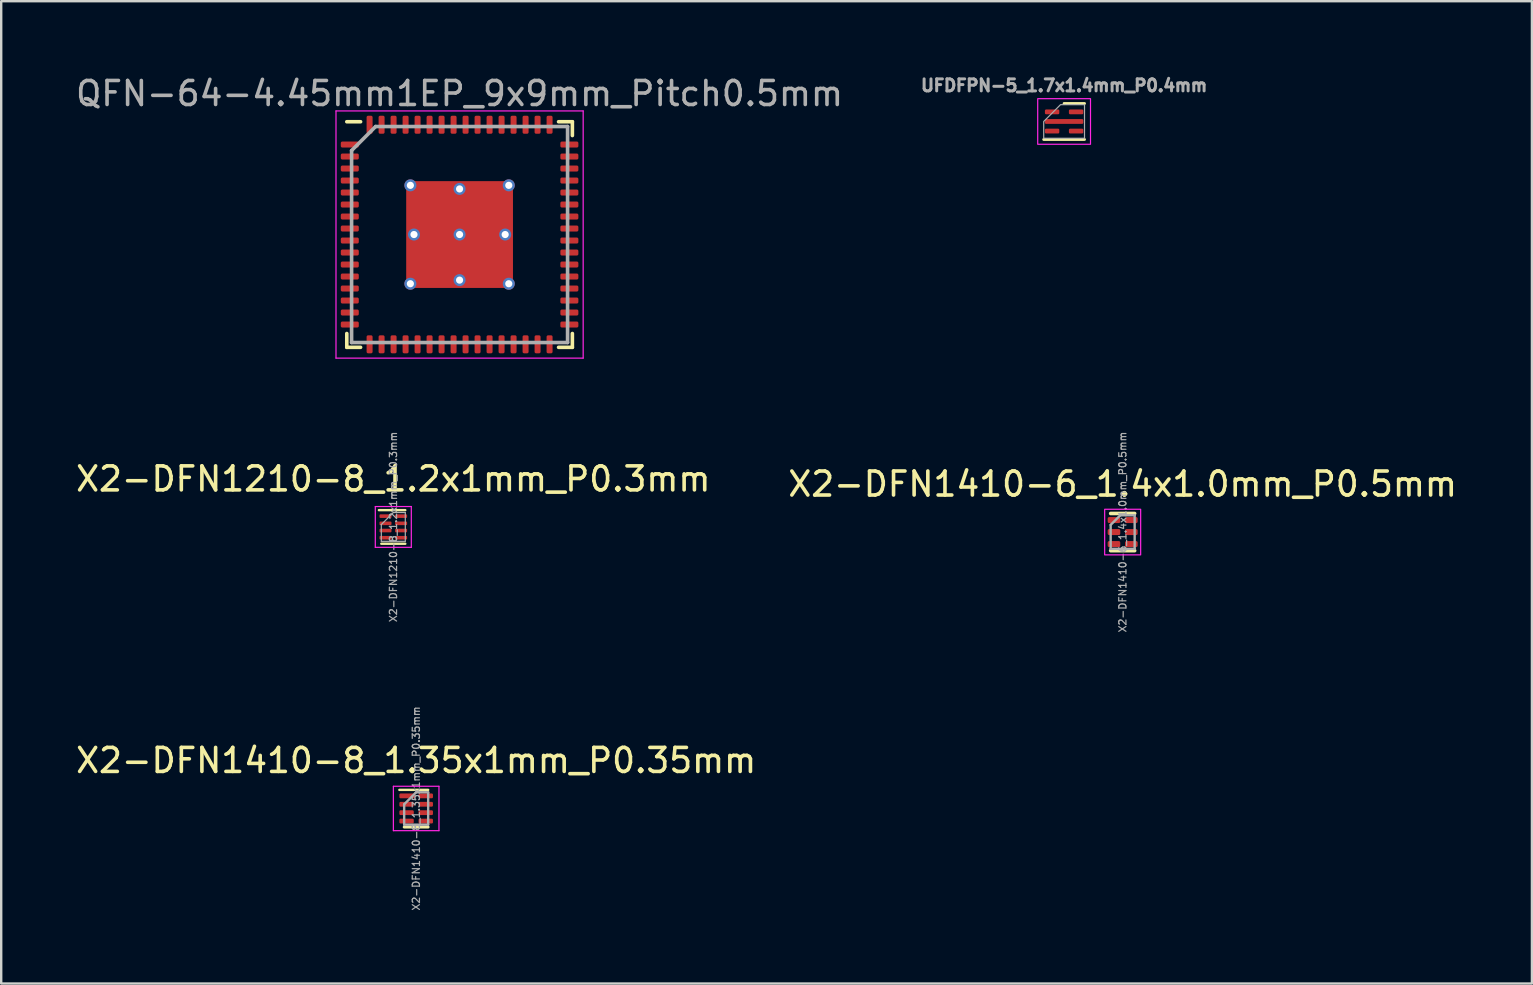
<source format=kicad_pcb>
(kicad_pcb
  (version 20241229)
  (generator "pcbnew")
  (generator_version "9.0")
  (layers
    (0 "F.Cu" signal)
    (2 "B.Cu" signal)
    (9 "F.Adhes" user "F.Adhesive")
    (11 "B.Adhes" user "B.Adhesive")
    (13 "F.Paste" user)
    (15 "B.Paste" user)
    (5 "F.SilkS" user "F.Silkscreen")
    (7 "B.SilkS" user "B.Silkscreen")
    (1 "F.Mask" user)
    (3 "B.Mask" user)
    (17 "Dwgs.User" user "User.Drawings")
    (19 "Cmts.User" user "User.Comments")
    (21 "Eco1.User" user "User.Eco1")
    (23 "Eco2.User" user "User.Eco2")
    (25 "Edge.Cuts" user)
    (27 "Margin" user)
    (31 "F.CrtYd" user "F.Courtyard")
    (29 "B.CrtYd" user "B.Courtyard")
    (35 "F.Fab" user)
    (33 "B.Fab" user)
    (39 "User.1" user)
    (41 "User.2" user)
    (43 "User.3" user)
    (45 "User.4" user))
  (footprint "QFN-64-4.45mm1EP_9x9mm_Pitch0.5mm"
    (layer "F.Cu")
    (at 16.101 6.723)
    (property "Reference" "QFN-64-4.45mm1EP_9x9mm_Pitch0.5mm" (at 0 -5.875 0) (layer "F.Fab") (effects (font (size 1 1) (thickness 0.15))))
    (attr smd)
    (fp_line (start -4.7 -4.7) (end -4.125 -4.7) (stroke (width 0.15) (type solid)) (layer "F.SilkS"))
    (fp_line (start -4.7 4.7) (end -4.7 4.125) (stroke (width 0.15) (type solid)) (layer "F.SilkS"))
    (fp_line (start -4.7 4.7) (end -4.125 4.7) (stroke (width 0.15) (type solid)) (layer "F.SilkS"))
    (fp_line (start 4.7 -4.7) (end 4.125 -4.7) (stroke (width 0.15) (type solid)) (layer "F.SilkS"))
    (fp_line (start 4.7 -4.7) (end 4.7 -4.125) (stroke (width 0.15) (type solid)) (layer "F.SilkS"))
    (fp_line (start 4.7 4.7) (end 4.125 4.7) (stroke (width 0.15) (type solid)) (layer "F.SilkS"))
    (fp_line (start 4.7 4.7) (end 4.7 4.125) (stroke (width 0.15) (type solid)) (layer "F.SilkS"))
    (fp_line (start -5.15 -5.15) (end -5.15 5.15) (stroke (width 0.05) (type solid)) (layer "F.CrtYd"))
    (fp_line (start -5.15 -5.15) (end 5.15 -5.15) (stroke (width 0.05) (type solid)) (layer "F.CrtYd"))
    (fp_line (start -5.15 5.15) (end 5.15 5.15) (stroke (width 0.05) (type solid)) (layer "F.CrtYd"))
    (fp_line (start 5.15 -5.15) (end 5.15 5.15) (stroke (width 0.05) (type solid)) (layer "F.CrtYd"))
    (fp_line (start -4.5 -3.5) (end -3.5 -4.5) (stroke (width 0.15) (type solid)) (layer "F.Fab"))
    (fp_line (start -4.5 4.5) (end -4.5 -3.5) (stroke (width 0.15) (type solid)) (layer "F.Fab"))
    (fp_line (start -3.5 -4.5) (end 4.5 -4.5) (stroke (width 0.15) (type solid)) (layer "F.Fab"))
    (fp_line (start 4.5 -4.5) (end 4.5 4.5) (stroke (width 0.15) (type solid)) (layer "F.Fab"))
    (fp_line (start 4.5 4.5) (end -4.5 4.5) (stroke (width 0.15) (type solid)) (layer "F.Fab"))
    (pad "" smd roundrect (at -1.113 -1.113) (size 1.57 1.57) (layers "F.Paste") (roundrect_rratio 0.14))
    (pad "" smd roundrect (at -1.113 1.113) (size 1.57 1.57) (layers "F.Paste") (roundrect_rratio 0.14))
    (pad "" smd roundrect (at 1.113 -1.113) (size 1.57 1.57) (layers "F.Paste") (roundrect_rratio 0.14))
    (pad "" smd roundrect (at 1.113 1.113) (size 1.57 1.57) (layers "F.Paste") (roundrect_rratio 0.14))
    (pad "1" smd roundrect (at -4.575 -3.75) (size 0.75 0.25) (layers "F.Cu" "F.Mask" "F.Paste") (roundrect_rratio 0.25))
    (pad "2" smd roundrect (at -4.575 -3.25) (size 0.75 0.25) (layers "F.Cu" "F.Mask" "F.Paste") (roundrect_rratio 0.25))
    (pad "3" smd roundrect (at -4.575 -2.75) (size 0.75 0.25) (layers "F.Cu" "F.Mask" "F.Paste") (roundrect_rratio 0.25))
    (pad "4" smd roundrect (at -4.575 -2.25) (size 0.75 0.25) (layers "F.Cu" "F.Mask" "F.Paste") (roundrect_rratio 0.25))
    (pad "5" smd roundrect (at -4.575 -1.75) (size 0.75 0.25) (layers "F.Cu" "F.Mask" "F.Paste") (roundrect_rratio 0.25))
    (pad "6" smd roundrect (at -4.575 -1.25) (size 0.75 0.25) (layers "F.Cu" "F.Mask" "F.Paste") (roundrect_rratio 0.25))
    (pad "7" smd roundrect (at -4.575 -0.75) (size 0.75 0.25) (layers "F.Cu" "F.Mask" "F.Paste") (roundrect_rratio 0.25))
    (pad "8" smd roundrect (at -4.575 -0.25) (size 0.75 0.25) (layers "F.Cu" "F.Mask" "F.Paste") (roundrect_rratio 0.25))
    (pad "9" smd roundrect (at -4.575 0.25) (size 0.75 0.25) (layers "F.Cu" "F.Mask" "F.Paste") (roundrect_rratio 0.25))
    (pad "10" smd roundrect (at -4.575 0.75) (size 0.75 0.25) (layers "F.Cu" "F.Mask" "F.Paste") (roundrect_rratio 0.25))
    (pad "11" smd roundrect (at -4.575 1.25) (size 0.75 0.25) (layers "F.Cu" "F.Mask" "F.Paste") (roundrect_rratio 0.25))
    (pad "12" smd roundrect (at -4.575 1.75) (size 0.75 0.25) (layers "F.Cu" "F.Mask" "F.Paste") (roundrect_rratio 0.25))
    (pad "13" smd roundrect (at -4.575 2.25) (size 0.75 0.25) (layers "F.Cu" "F.Mask" "F.Paste") (roundrect_rratio 0.25))
    (pad "14" smd roundrect (at -4.575 2.75) (size 0.75 0.25) (layers "F.Cu" "F.Mask" "F.Paste") (roundrect_rratio 0.25))
    (pad "15" smd roundrect (at -4.575 3.25) (size 0.75 0.25) (layers "F.Cu" "F.Mask" "F.Paste") (roundrect_rratio 0.25))
    (pad "16" smd roundrect (at -4.575 3.75) (size 0.75 0.25) (layers "F.Cu" "F.Mask" "F.Paste") (roundrect_rratio 0.25))
    (pad "17" smd roundrect (at -3.75 4.575 90) (size 0.75 0.25) (layers "F.Cu" "F.Mask" "F.Paste") (roundrect_rratio 0.25))
    (pad "18" smd roundrect (at -3.25 4.575 90) (size 0.75 0.25) (layers "F.Cu" "F.Mask" "F.Paste") (roundrect_rratio 0.25))
    (pad "19" smd roundrect (at -2.75 4.575 90) (size 0.75 0.25) (layers "F.Cu" "F.Mask" "F.Paste") (roundrect_rratio 0.25))
    (pad "20" smd roundrect (at -2.25 4.575 90) (size 0.75 0.25) (layers "F.Cu" "F.Mask" "F.Paste") (roundrect_rratio 0.25))
    (pad "21" smd roundrect (at -1.75 4.575 90) (size 0.75 0.25) (layers "F.Cu" "F.Mask" "F.Paste") (roundrect_rratio 0.25))
    (pad "22" smd roundrect (at -1.25 4.575 90) (size 0.75 0.25) (layers "F.Cu" "F.Mask" "F.Paste") (roundrect_rratio 0.25))
    (pad "23" smd roundrect (at -0.75 4.575 90) (size 0.75 0.25) (layers "F.Cu" "F.Mask" "F.Paste") (roundrect_rratio 0.25))
    (pad "24" smd roundrect (at -0.25 4.575 90) (size 0.75 0.25) (layers "F.Cu" "F.Mask" "F.Paste") (roundrect_rratio 0.25))
    (pad "25" smd roundrect (at 0.25 4.575 90) (size 0.75 0.25) (layers "F.Cu" "F.Mask" "F.Paste") (roundrect_rratio 0.25))
    (pad "26" smd roundrect (at 0.75 4.575 90) (size 0.75 0.25) (layers "F.Cu" "F.Mask" "F.Paste") (roundrect_rratio 0.25))
    (pad "27" smd roundrect (at 1.25 4.575 90) (size 0.75 0.25) (layers "F.Cu" "F.Mask" "F.Paste") (roundrect_rratio 0.25))
    (pad "28" smd roundrect (at 1.75 4.575 90) (size 0.75 0.25) (layers "F.Cu" "F.Mask" "F.Paste") (roundrect_rratio 0.25))
    (pad "29" smd roundrect (at 2.25 4.575 90) (size 0.75 0.25) (layers "F.Cu" "F.Mask" "F.Paste") (roundrect_rratio 0.25))
    (pad "30" smd roundrect (at 2.75 4.575 90) (size 0.75 0.25) (layers "F.Cu" "F.Mask" "F.Paste") (roundrect_rratio 0.25))
    (pad "31" smd roundrect (at 3.25 4.575 90) (size 0.75 0.25) (layers "F.Cu" "F.Mask" "F.Paste") (roundrect_rratio 0.25))
    (pad "32" smd roundrect (at 3.75 4.575 90) (size 0.75 0.25) (layers "F.Cu" "F.Mask" "F.Paste") (roundrect_rratio 0.25))
    (pad "33" smd roundrect (at 4.575 3.75) (size 0.75 0.25) (layers "F.Cu" "F.Mask" "F.Paste") (roundrect_rratio 0.25))
    (pad "34" smd roundrect (at 4.575 3.25) (size 0.75 0.25) (layers "F.Cu" "F.Mask" "F.Paste") (roundrect_rratio 0.25))
    (pad "35" smd roundrect (at 4.575 2.75) (size 0.75 0.25) (layers "F.Cu" "F.Mask" "F.Paste") (roundrect_rratio 0.25))
    (pad "36" smd roundrect (at 4.575 2.25) (size 0.75 0.25) (layers "F.Cu" "F.Mask" "F.Paste") (roundrect_rratio 0.25))
    (pad "37" smd roundrect (at 4.575 1.75) (size 0.75 0.25) (layers "F.Cu" "F.Mask" "F.Paste") (roundrect_rratio 0.25))
    (pad "38" smd roundrect (at 4.575 1.25) (size 0.75 0.25) (layers "F.Cu" "F.Mask" "F.Paste") (roundrect_rratio 0.25))
    (pad "39" smd roundrect (at 4.575 0.75) (size 0.75 0.25) (layers "F.Cu" "F.Mask" "F.Paste") (roundrect_rratio 0.25))
    (pad "40" smd roundrect (at 4.575 0.25) (size 0.75 0.25) (layers "F.Cu" "F.Mask" "F.Paste") (roundrect_rratio 0.25))
    (pad "41" smd roundrect (at 4.575 -0.25) (size 0.75 0.25) (layers "F.Cu" "F.Mask" "F.Paste") (roundrect_rratio 0.25))
    (pad "42" smd roundrect (at 4.575 -0.75) (size 0.75 0.25) (layers "F.Cu" "F.Mask" "F.Paste") (roundrect_rratio 0.25))
    (pad "43" smd roundrect (at 4.575 -1.25) (size 0.75 0.25) (layers "F.Cu" "F.Mask" "F.Paste") (roundrect_rratio 0.25))
    (pad "44" smd roundrect (at 4.575 -1.75) (size 0.75 0.25) (layers "F.Cu" "F.Mask" "F.Paste") (roundrect_rratio 0.25))
    (pad "45" smd roundrect (at 4.575 -2.25) (size 0.75 0.25) (layers "F.Cu" "F.Mask" "F.Paste") (roundrect_rratio 0.25))
    (pad "46" smd roundrect (at 4.575 -2.75) (size 0.75 0.25) (layers "F.Cu" "F.Mask" "F.Paste") (roundrect_rratio 0.25))
    (pad "47" smd roundrect (at 4.575 -3.25) (size 0.75 0.25) (layers "F.Cu" "F.Mask" "F.Paste") (roundrect_rratio 0.25))
    (pad "48" smd roundrect (at 4.575 -3.75) (size 0.75 0.25) (layers "F.Cu" "F.Mask" "F.Paste") (roundrect_rratio 0.25))
    (pad "49" smd roundrect (at 3.75 -4.575 90) (size 0.75 0.25) (layers "F.Cu" "F.Mask" "F.Paste") (roundrect_rratio 0.25))
    (pad "50" smd roundrect (at 3.25 -4.575 90) (size 0.75 0.25) (layers "F.Cu" "F.Mask" "F.Paste") (roundrect_rratio 0.25))
    (pad "51" smd roundrect (at 2.75 -4.575 90) (size 0.75 0.25) (layers "F.Cu" "F.Mask" "F.Paste") (roundrect_rratio 0.25))
    (pad "52" smd roundrect (at 2.25 -4.575 90) (size 0.75 0.25) (layers "F.Cu" "F.Mask" "F.Paste") (roundrect_rratio 0.25))
    (pad "53" smd roundrect (at 1.75 -4.575 90) (size 0.75 0.25) (layers "F.Cu" "F.Mask" "F.Paste") (roundrect_rratio 0.25))
    (pad "54" smd roundrect (at 1.25 -4.575 90) (size 0.75 0.25) (layers "F.Cu" "F.Mask" "F.Paste") (roundrect_rratio 0.25))
    (pad "55" smd roundrect (at 0.75 -4.575 90) (size 0.75 0.25) (layers "F.Cu" "F.Mask" "F.Paste") (roundrect_rratio 0.25))
    (pad "56" smd roundrect (at 0.25 -4.575 90) (size 0.75 0.25) (layers "F.Cu" "F.Mask" "F.Paste") (roundrect_rratio 0.25))
    (pad "57" smd roundrect (at -0.25 -4.575 90) (size 0.75 0.25) (layers "F.Cu" "F.Mask" "F.Paste") (roundrect_rratio 0.25))
    (pad "58" smd roundrect (at -0.75 -4.575 90) (size 0.75 0.25) (layers "F.Cu" "F.Mask" "F.Paste") (roundrect_rratio 0.25))
    (pad "59" smd roundrect (at -1.25 -4.575 90) (size 0.75 0.25) (layers "F.Cu" "F.Mask" "F.Paste") (roundrect_rratio 0.25))
    (pad "60" smd roundrect (at -1.75 -4.575 90) (size 0.75 0.25) (layers "F.Cu" "F.Mask" "F.Paste") (roundrect_rratio 0.25))
    (pad "61" smd roundrect (at -2.25 -4.575 90) (size 0.75 0.25) (layers "F.Cu" "F.Mask" "F.Paste") (roundrect_rratio 0.25))
    (pad "62" smd roundrect (at -2.75 -4.575 90) (size 0.75 0.25) (layers "F.Cu" "F.Mask" "F.Paste") (roundrect_rratio 0.25))
    (pad "63" smd roundrect (at -3.25 -4.575 90) (size 0.75 0.25) (layers "F.Cu" "F.Mask" "F.Paste") (roundrect_rratio 0.25))
    (pad "64" smd roundrect (at -3.75 -4.575 90) (size 0.75 0.25) (layers "F.Cu" "F.Mask" "F.Paste") (roundrect_rratio 0.25))
    (pad "65" thru_hole circle (at -2.05 -2.05) (size 0.5 0.5) (drill 0.3) (layers "*.Cu"))
    (pad "65" thru_hole circle (at -2.05 2.05) (size 0.5 0.5) (drill 0.3) (layers "*.Cu"))
    (pad "65" thru_hole circle (at -1.9 0) (size 0.5 0.5) (drill 0.3) (layers "*.Cu" "F.Mask"))
    (pad "65" thru_hole circle (at 0 -1.9) (size 0.5 0.5) (drill 0.3) (layers "*.Cu" "F.Mask"))
    (pad "65" thru_hole circle (at 0 0) (size 0.5 0.5) (drill 0.3) (layers "*.Cu" "F.Mask"))
    (pad "65" smd roundrect (at 0 0) (size 4.45 4.45) (layers "F.Cu" "F.Mask") (roundrect_rratio 0.056))
    (pad "65" thru_hole circle (at 0 1.9) (size 0.5 0.5) (drill 0.3) (layers "*.Cu" "F.Mask"))
    (pad "65" thru_hole circle (at 1.9 0) (size 0.5 0.5) (drill 0.3) (layers "*.Cu" "F.Mask"))
    (pad "65" thru_hole circle (at 2.05 -2.05) (size 0.5 0.5) (drill 0.3) (layers "*.Cu"))
    (pad "65" thru_hole circle (at 2.05 2.05) (size 0.5 0.5) (drill 0.3) (layers "*.Cu")))
  (footprint "X2-DFN1410-8_1.35x1mm_P0.35mm"
    (layer "F.Cu")
    (at 14.292 30.64)
    (property "Reference" "X2-DFN1410-8_1.35x1mm_P0.35mm" (at 0 -2 0) (layer "F.SilkS") (effects (font (size 1 1) (thickness 0.15))))
    (attr smd)
    (fp_line (start 0.5 -0.775) (end -0.7 -0.775) (stroke (width 0.1) (type solid)) (layer "F.SilkS"))
    (fp_line (start 0.5 0.775) (end -0.5 0.775) (stroke (width 0.12) (type solid)) (layer "F.SilkS"))
    (fp_line (start -0.95 -0.925) (end 0.95 -0.925) (stroke (width 0.05) (type solid)) (layer "F.CrtYd"))
    (fp_line (start -0.95 0.925) (end -0.95 -0.925) (stroke (width 0.05) (type solid)) (layer "F.CrtYd"))
    (fp_line (start 0.95 -0.925) (end 0.95 0.925) (stroke (width 0.05) (type solid)) (layer "F.CrtYd"))
    (fp_line (start 0.95 0.925) (end -0.95 0.925) (stroke (width 0.05) (type solid)) (layer "F.CrtYd"))
    (fp_line (start -0.5 0.675) (end -0.5 -0.175) (stroke (width 0.1) (type solid)) (layer "F.Fab"))
    (fp_line (start 0 -0.675) (end -0.5 -0.175) (stroke (width 0.1) (type solid)) (layer "F.Fab"))
    (fp_line (start 0 -0.675) (end 0.5 -0.675) (stroke (width 0.1) (type solid)) (layer "F.Fab"))
    (fp_line (start 0.5 -0.675) (end 0.5 0.675) (stroke (width 0.1) (type solid)) (layer "F.Fab"))
    (fp_line (start 0.5 0.675) (end -0.5 0.675) (stroke (width 0.1) (type solid)) (layer "F.Fab"))
    (fp_text user "${REFERENCE}" (at 0 0 90) (layer "F.Fab") (effects (font (size 0.3 0.3) (thickness 0.05))))
    (pad "1" smd roundrect (at -0.375 -0.525 270) (size 0.2 0.65) (layers "F.Cu" "F.Mask" "F.Paste") (roundrect_rratio 0.25))
    (pad "2" smd roundrect (at -0.4 -0.175 270) (size 0.2 0.6) (layers "F.Cu" "F.Mask" "F.Paste") (roundrect_rratio 0.25))
    (pad "3" smd roundrect (at -0.4 0.175 270) (size 0.2 0.6) (layers "F.Cu" "F.Mask" "F.Paste") (roundrect_rratio 0.25))
    (pad "4" smd roundrect (at -0.4 0.525 270) (size 0.2 0.6) (layers "F.Cu" "F.Mask" "F.Paste") (roundrect_rratio 0.25))
    (pad "5" smd roundrect (at 0.4 0.525 270) (size 0.2 0.6) (layers "F.Cu" "F.Mask" "F.Paste") (roundrect_rratio 0.25))
    (pad "6" smd roundrect (at 0.4 0.175 270) (size 0.2 0.6) (layers "F.Cu" "F.Mask" "F.Paste") (roundrect_rratio 0.25))
    (pad "7" smd roundrect (at 0.4 -0.175 270) (size 0.2 0.6) (layers "F.Cu" "F.Mask" "F.Paste") (roundrect_rratio 0.25))
    (pad "8" smd roundrect (at 0.4 -0.525 270) (size 0.2 0.6) (layers "F.Cu" "F.Mask" "F.Paste") (roundrect_rratio 0.25)))
  (footprint "UFDFPN-5_1.7x1.4mm_P0.4mm"
    (layer "F.Cu")
    (at 41.292 2.012)
    (property "Reference" "UFDFPN-5_1.7x1.4mm_P0.4mm" (at 0 -1.5 0) (unlocked yes) (layer "F.Fab") (effects (font (size 0.5 0.5) (thickness 0.125))))
    (fp_line (start -0.85 0.75) (end 0.85 0.75) (stroke (width 0.12) (type solid)) (layer "F.SilkS"))
    (fp_line (start 0 -0.75) (end 0.85 -0.75) (stroke (width 0.12) (type solid)) (layer "F.SilkS"))
    (fp_rect (start -1.1 -0.95) (end 1.1 0.95) (stroke (width 0.05) (type solid)) (fill no) (layer "F.CrtYd"))
    (fp_poly (pts (xy 0.85 0.7) (xy -0.85 0.7) (xy -0.85 0) (xy -0.15 -0.7) (xy 0.85 -0.7)) (stroke (width 0.05) (type solid)) (fill no) (layer "F.Fab"))
    (pad "1" smd roundrect (at -0.5 -0.4) (size 0.6 0.2) (layers "F.Cu" "F.Mask" "F.Paste") (roundrect_rratio 0.25))
    (pad "2" smd roundrect (at 0 0) (size 1.6 0.2) (layers "F.Cu" "F.Mask" "F.Paste") (roundrect_rratio 0.25))
    (pad "3" smd roundrect (at -0.5 0.4) (size 0.6 0.2) (layers "F.Cu" "F.Mask" "F.Paste") (roundrect_rratio 0.25))
    (pad "4" smd roundrect (at 0.5 0.4) (size 0.6 0.2) (layers "F.Cu" "F.Mask" "F.Paste") (roundrect_rratio 0.25))
    (pad "5" smd roundrect (at 0.5 -0.4) (size 0.6 0.2) (layers "F.Cu" "F.Mask" "F.Paste") (roundrect_rratio 0.25)))
  (footprint "X2-DFN1410-6_1.4x1.0mm_P0.5mm"
    (layer "F.Cu")
    (at 43.732 19.122)
    (property "Reference" "X2-DFN1410-6_1.4x1.0mm_P0.5mm" (at 0 -2 0) (layer "F.SilkS") (effects (font (size 1 1) (thickness 0.15))))
    (attr smd)
    (fp_line (start 0.5 -0.775) (end -0.5 -0.775) (stroke (width 0.15) (type solid)) (layer "F.SilkS"))
    (fp_line (start 0.5 0.775) (end -0.5 0.775) (stroke (width 0.15) (type solid)) (layer "F.SilkS"))
    (fp_rect (start -0.75 -0.95) (end 0.75 0.95) (stroke (width 0.05) (type default)) (fill no) (layer "F.CrtYd"))
    (fp_line (start -0.5 0.7) (end -0.5 -0.3) (stroke (width 0.1) (type solid)) (layer "F.Fab"))
    (fp_line (start -0.1 -0.7) (end -0.5 -0.3) (stroke (width 0.1) (type solid)) (layer "F.Fab"))
    (fp_line (start -0.1 -0.7) (end 0.5 -0.7) (stroke (width 0.1) (type solid)) (layer "F.Fab"))
    (fp_line (start 0.5 -0.7) (end 0.5 0.7) (stroke (width 0.1) (type solid)) (layer "F.Fab"))
    (fp_line (start 0.5 0.7) (end -0.5 0.7) (stroke (width 0.1) (type solid)) (layer "F.Fab"))
    (fp_text user "${REFERENCE}" (at 0 0 90) (layer "F.Fab") (effects (font (size 0.3 0.3) (thickness 0.05))))
    (pad "1" smd roundrect (at -0.362 -0.5 270) (size 0.25 0.525) (layers "F.Cu" "F.Mask" "F.Paste") (roundrect_rratio 0.25))
    (pad "2" smd roundrect (at -0.362 0 270) (size 0.25 0.525) (layers "F.Cu" "F.Mask" "F.Paste") (roundrect_rratio 0.25))
    (pad "3" smd roundrect (at -0.362 0.5 270) (size 0.25 0.525) (layers "F.Cu" "F.Mask" "F.Paste") (roundrect_rratio 0.25))
    (pad "4" smd roundrect (at 0.362 0.5 270) (size 0.25 0.525) (layers "F.Cu" "F.Mask" "F.Paste") (roundrect_rratio 0.25))
    (pad "5" smd roundrect (at 0.362 0 270) (size 0.25 0.525) (layers "F.Cu" "F.Mask" "F.Paste") (roundrect_rratio 0.25))
    (pad "6" smd roundrect (at 0.362 -0.5 270) (size 0.25 0.525) (layers "F.Cu" "F.Mask" "F.Paste") (roundrect_rratio 0.25)))
  (footprint "X2-DFN1210-8_1.2x1mm_P0.3mm"
    (layer "F.Cu")
    (at 13.339 18.908)
    (property "Reference" "X2-DFN1210-8_1.2x1mm_P0.3mm" (at 0 -2 0) (layer "F.SilkS") (effects (font (size 1 1) (thickness 0.15))))
    (attr smd)
    (fp_line (start 0.5 -0.7) (end -0.6 -0.7) (stroke (width 0.1) (type solid)) (layer "F.SilkS"))
    (fp_line (start 0.5 0.7) (end -0.5 0.7) (stroke (width 0.1) (type solid)) (layer "F.SilkS"))
    (fp_line (start -0.75 -0.85) (end 0.75 -0.85) (stroke (width 0.05) (type solid)) (layer "F.CrtYd"))
    (fp_line (start -0.75 0.85) (end -0.75 -0.85) (stroke (width 0.05) (type solid)) (layer "F.CrtYd"))
    (fp_line (start 0.75 -0.85) (end 0.75 0.85) (stroke (width 0.05) (type solid)) (layer "F.CrtYd"))
    (fp_line (start 0.75 0.85) (end -0.75 0.85) (stroke (width 0.05) (type solid)) (layer "F.CrtYd"))
    (fp_line (start -0.5 0.6) (end -0.5 -0.1) (stroke (width 0.05) (type solid)) (layer "F.Fab"))
    (fp_line (start 0 -0.6) (end -0.5 -0.1) (stroke (width 0.05) (type solid)) (layer "F.Fab"))
    (fp_line (start 0 -0.6) (end 0.5 -0.6) (stroke (width 0.05) (type solid)) (layer "F.Fab"))
    (fp_line (start 0.5 -0.6) (end 0.5 0.6) (stroke (width 0.05) (type solid)) (layer "F.Fab"))
    (fp_line (start 0.5 0.6) (end -0.5 0.6) (stroke (width 0.05) (type solid)) (layer "F.Fab"))
    (fp_text user "${REFERENCE}" (at 0 0 90) (layer "F.Fab") (effects (font (size 0.3 0.3) (thickness 0.05))))
    (pad "1" smd roundrect (at -0.325 -0.45 270) (size 0.15 0.5) (layers "F.Cu" "F.Mask" "F.Paste") (roundrect_rratio 0.25))
    (pad "2" smd roundrect (at -0.325 -0.15 270) (size 0.15 0.5) (layers "F.Cu" "F.Mask" "F.Paste") (roundrect_rratio 0.25))
    (pad "3" smd roundrect (at -0.325 0.15 270) (size 0.15 0.5) (layers "F.Cu" "F.Mask" "F.Paste") (roundrect_rratio 0.25))
    (pad "4" smd roundrect (at -0.325 0.45 270) (size 0.15 0.5) (layers "F.Cu" "F.Mask" "F.Paste") (roundrect_rratio 0.25))
    (pad "5" smd roundrect (at 0.325 0.45 270) (size 0.15 0.5) (layers "F.Cu" "F.Mask" "F.Paste") (roundrect_rratio 0.25))
    (pad "6" smd roundrect (at 0.325 0.15 270) (size 0.15 0.5) (layers "F.Cu" "F.Mask" "F.Paste") (roundrect_rratio 0.25))
    (pad "7" smd roundrect (at 0.325 -0.15 270) (size 0.15 0.5) (layers "F.Cu" "F.Mask" "F.Paste") (roundrect_rratio 0.25))
    (pad "8" smd roundrect (at 0.325 -0.45 270) (size 0.15 0.5) (layers "F.Cu" "F.Mask" "F.Paste") (roundrect_rratio 0.25)))
  (gr_rect
    (start -3 -3)
    (end 60.786 37.935)
    (stroke (width 0.1) (type default))
    (fill no)
    (layer "Edge.Cuts")))
</source>
